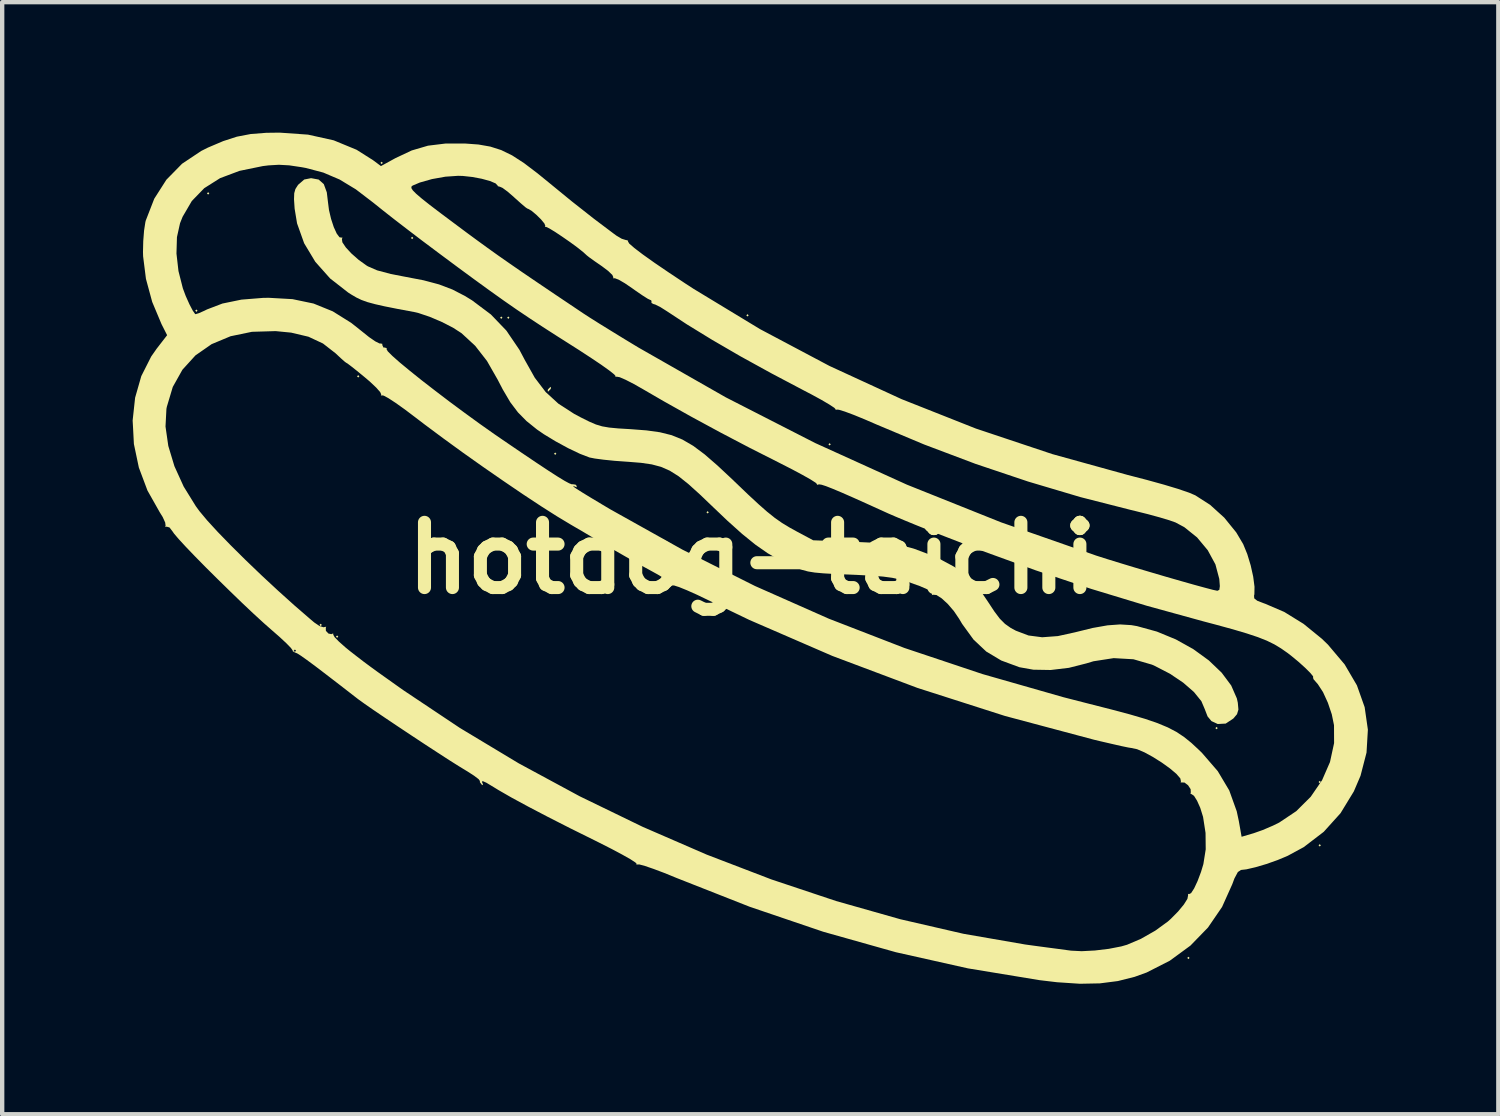
<source format=kicad_pcb>
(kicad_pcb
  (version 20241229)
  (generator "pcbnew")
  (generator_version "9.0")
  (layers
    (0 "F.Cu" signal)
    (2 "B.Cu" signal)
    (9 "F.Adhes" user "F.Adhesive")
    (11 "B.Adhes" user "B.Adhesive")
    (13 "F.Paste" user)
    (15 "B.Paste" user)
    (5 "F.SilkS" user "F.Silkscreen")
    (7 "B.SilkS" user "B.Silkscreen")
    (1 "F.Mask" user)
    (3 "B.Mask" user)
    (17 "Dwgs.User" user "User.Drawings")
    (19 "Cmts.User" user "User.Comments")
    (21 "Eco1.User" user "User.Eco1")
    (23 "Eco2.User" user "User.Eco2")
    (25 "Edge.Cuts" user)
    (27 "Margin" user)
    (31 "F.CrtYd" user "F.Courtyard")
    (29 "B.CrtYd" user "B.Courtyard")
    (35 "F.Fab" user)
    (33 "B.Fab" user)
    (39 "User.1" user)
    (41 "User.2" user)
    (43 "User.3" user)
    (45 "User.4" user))
  (footprint "hotdog-taichi"
    (layer "F.Cu")
    (at 14.247 9.783)
    (property "Reference" "hotdog-taichi" (at 0 0 0) (layer "F.SilkS") (effects (font (size 1.5 1.5) (thickness 0.3))))
    (attr board_only exclude_from_pos_files exclude_from_bom)
    (fp_poly (pts (xy -12.754 -5.689) (xy -12.781 -5.662) (xy -12.808 -5.689) (xy -12.781 -5.716)) (stroke (width 0) (type solid)) (fill yes) (layer "F.SilkS"))
    (fp_poly (pts (xy -12.484 -8.386) (xy -12.511 -8.359) (xy -12.538 -8.386) (xy -12.511 -8.413)) (stroke (width 0) (type solid)) (fill yes) (layer "F.SilkS"))
    (fp_poly (pts (xy -9.896 1.537) (xy -9.923 1.564) (xy -9.95 1.537) (xy -9.923 1.51)) (stroke (width 0) (type solid)) (fill yes) (layer "F.SilkS"))
    (fp_poly (pts (xy -9.518 1.807) (xy -9.545 1.834) (xy -9.572 1.807) (xy -9.545 1.78)) (stroke (width 0) (type solid)) (fill yes) (layer "F.SilkS"))
    (fp_poly (pts (xy -9.033 -4.179) (xy -9.06 -4.152) (xy -9.087 -4.179) (xy -9.06 -4.206)) (stroke (width 0) (type solid)) (fill yes) (layer "F.SilkS"))
    (fp_poly (pts (xy -8.494 -9.087) (xy -8.521 -9.06) (xy -8.548 -9.087) (xy -8.521 -9.114)) (stroke (width 0) (type solid)) (fill yes) (layer "F.SilkS"))
    (fp_poly (pts (xy -7.793 -7.361) (xy -7.82 -7.334) (xy -7.846 -7.361) (xy -7.82 -7.388)) (stroke (width 0) (type solid)) (fill yes) (layer "F.SilkS"))
    (fp_poly (pts (xy -5.743 -5.528) (xy -5.77 -5.501) (xy -5.797 -5.528) (xy -5.77 -5.555)) (stroke (width 0) (type solid)) (fill yes) (layer "F.SilkS"))
    (fp_poly (pts (xy -5.582 -5.528) (xy -5.608 -5.501) (xy -5.635 -5.528) (xy -5.608 -5.555)) (stroke (width 0) (type solid)) (fill yes) (layer "F.SilkS"))
    (fp_poly (pts (xy -4.503 -2.4) (xy -4.53 -2.373) (xy -4.557 -2.4) (xy -4.53 -2.427)) (stroke (width 0) (type solid)) (fill yes) (layer "F.SilkS"))
    (fp_poly (pts (xy -0.998 -1.052) (xy -1.025 -1.025) (xy -1.052 -1.052) (xy -1.025 -1.079)) (stroke (width 0) (type solid)) (fill yes) (layer "F.SilkS"))
    (fp_poly (pts (xy -0.081 -5.582) (xy -0.108 -5.555) (xy -0.135 -5.582) (xy -0.108 -5.608)) (stroke (width 0) (type solid)) (fill yes) (layer "F.SilkS"))
    (fp_poly (pts (xy 1.807 -2.615) (xy 1.78 -2.589) (xy 1.753 -2.615) (xy 1.78 -2.642)) (stroke (width 0) (type solid)) (fill yes) (layer "F.SilkS"))
    (fp_poly (pts (xy 10.058 9.195) (xy 10.031 9.222) (xy 10.004 9.195) (xy 10.031 9.168)) (stroke (width 0) (type solid)) (fill yes) (layer "F.SilkS"))
    (fp_poly (pts (xy 10.705 3.91) (xy 10.678 3.937) (xy 10.651 3.91) (xy 10.678 3.883)) (stroke (width 0) (type solid)) (fill yes) (layer "F.SilkS"))
    (fp_poly (pts (xy 13.077 5.15) (xy 13.051 5.177) (xy 13.024 5.15) (xy 13.051 5.123)) (stroke (width 0) (type solid)) (fill yes) (layer "F.SilkS"))
    (fp_poly (pts (xy 13.077 6.606) (xy 13.051 6.633) (xy 13.024 6.606) (xy 13.051 6.579)) (stroke (width 0) (type solid)) (fill yes) (layer "F.SilkS"))
    (fp_poly (pts (xy -4.628 -3.902) (xy -4.638 -3.883) (xy -4.689 -3.831) (xy -4.698 -3.829) (xy -4.702 -3.864) (xy -4.692 -3.883) (xy -4.641 -3.934) (xy -4.631 -3.937)) (stroke (width 0) (type solid)) (fill yes) (layer "F.SilkS"))
    (fp_poly (pts (xy -9.969 -8.704) (xy -9.851 -8.599) (xy -9.782 -8.41) (xy -9.757 -8.201) (xy -9.732 -8.004) (xy -9.684 -7.8) (xy -9.622 -7.611) (xy -9.554 -7.462) (xy -9.49 -7.377) (xy -9.45 -7.37) (xy -9.42 -7.37) (xy -9.435 -7.338) (xy -9.424 -7.261) (xy -9.344 -7.142) (xy -9.213 -7.001) (xy -9.049 -6.857) (xy -8.872 -6.73) (xy -8.836 -6.708) (xy -8.624 -6.616) (xy -8.309 -6.532) (xy -7.993 -6.471) (xy -7.559 -6.388) (xy -7.202 -6.293) (xy -6.894 -6.176) (xy -6.606 -6.027) (xy -6.441 -5.926) (xy -6.008 -5.601) (xy -5.653 -5.231) (xy -5.354 -4.791) (xy -5.23 -4.557) (xy -4.999 -4.146) (xy -4.749 -3.818) (xy -4.456 -3.55) (xy -4.097 -3.318) (xy -3.94 -3.234) (xy -3.747 -3.138) (xy -3.594 -3.072) (xy -3.451 -3.029) (xy -3.289 -3.001) (xy -3.077 -2.981) (xy -2.794 -2.964) (xy -2.43 -2.936) (xy -2.122 -2.893) (xy -1.853 -2.826) (xy -1.604 -2.725) (xy -1.357 -2.581) (xy -1.094 -2.385) (xy -0.798 -2.128) (xy -0.449 -1.802) (xy -0.404 -1.758) (xy -0.099 -1.466) (xy 0.146 -1.239) (xy 0.347 -1.062) (xy 0.521 -0.923) (xy 0.684 -0.809) (xy 0.853 -0.706) (xy 1.025 -0.611) (xy 1.402 -0.409) (xy 2.373 -0.372) (xy 2.761 -0.354) (xy 3.064 -0.334) (xy 3.301 -0.308) (xy 3.496 -0.274) (xy 3.669 -0.23) (xy 3.721 -0.215) (xy 4.23 -0.024) (xy 4.65 0.203) (xy 4.999 0.48) (xy 5.294 0.816) (xy 5.412 0.99) (xy 5.569 1.228) (xy 5.695 1.395) (xy 5.813 1.513) (xy 5.943 1.605) (xy 6.063 1.67) (xy 6.353 1.78) (xy 6.668 1.821) (xy 7.029 1.794) (xy 7.416 1.709) (xy 7.831 1.607) (xy 8.171 1.547) (xy 8.459 1.526) (xy 8.718 1.542) (xy 8.85 1.565) (xy 9.307 1.691) (xy 9.743 1.871) (xy 10.146 2.096) (xy 10.501 2.354) (xy 10.796 2.636) (xy 11.015 2.93) (xy 11.145 3.227) (xy 11.167 3.326) (xy 11.181 3.484) (xy 11.149 3.59) (xy 11.064 3.69) (xy 10.889 3.806) (xy 10.705 3.816) (xy 10.561 3.749) (xy 10.472 3.642) (xy 10.414 3.492) (xy 10.413 3.488) (xy 10.329 3.291) (xy 10.157 3.079) (xy 9.911 2.865) (xy 9.608 2.661) (xy 9.262 2.482) (xy 9.193 2.451) (xy 8.767 2.327) (xy 8.313 2.301) (xy 7.848 2.373) (xy 7.685 2.422) (xy 7.283 2.524) (xy 6.864 2.574) (xy 6.465 2.567) (xy 6.145 2.51) (xy 5.728 2.356) (xy 5.383 2.15) (xy 5.09 1.875) (xy 4.828 1.514) (xy 4.758 1.396) (xy 4.638 1.219) (xy 4.498 1.056) (xy 4.358 0.927) (xy 4.238 0.85) (xy 4.163 0.843) (xy 4.127 0.853) (xy 4.138 0.836) (xy 4.133 0.788) (xy 4.039 0.724) (xy 3.851 0.643) (xy 3.563 0.54) (xy 3.558 0.539) (xy 3.395 0.491) (xy 3.22 0.454) (xy 3.012 0.426) (xy 2.749 0.405) (xy 2.408 0.387) (xy 2.244 0.38) (xy 1.896 0.366) (xy 1.634 0.351) (xy 1.437 0.333) (xy 1.284 0.308) (xy 1.152 0.273) (xy 1.02 0.225) (xy 0.916 0.182) (xy 0.63 0.048) (xy 0.355 -0.112) (xy 0.074 -0.308) (xy -0.23 -0.554) (xy -0.572 -0.861) (xy -0.887 -1.161) (xy -1.206 -1.466) (xy -1.469 -1.703) (xy -1.692 -1.881) (xy -1.895 -2.009) (xy -2.095 -2.097) (xy -2.309 -2.154) (xy -2.556 -2.19) (xy -2.854 -2.214) (xy -2.885 -2.216) (xy -3.162 -2.236) (xy -3.416 -2.262) (xy -3.619 -2.289) (xy -3.741 -2.313) (xy -3.962 -2.398) (xy -4.234 -2.528) (xy -4.522 -2.685) (xy -4.791 -2.848) (xy -4.948 -2.956) (xy -5.189 -3.15) (xy -5.387 -3.351) (xy -5.563 -3.584) (xy -5.736 -3.878) (xy -5.852 -4.101) (xy -6.099 -4.533) (xy -6.37 -4.881) (xy -6.682 -5.169) (xy -6.683 -5.17) (xy -6.879 -5.297) (xy -7.137 -5.429) (xy -7.416 -5.548) (xy -7.672 -5.634) (xy -7.773 -5.658) (xy -8.158 -5.73) (xy -8.454 -5.789) (xy -8.679 -5.84) (xy -8.851 -5.887) (xy -8.986 -5.936) (xy -9.103 -5.992) (xy -9.219 -6.06) (xy -9.291 -6.106) (xy -9.706 -6.43) (xy -10.046 -6.812) (xy -10.303 -7.239) (xy -10.466 -7.696) (xy -10.522 -8.035) (xy -10.536 -8.25) (xy -10.531 -8.39) (xy -10.504 -8.487) (xy -10.448 -8.574) (xy -10.437 -8.588) (xy -10.301 -8.705) (xy -10.143 -8.736)) (stroke (width 0) (type solid)) (fill yes) (layer "F.SilkS"))
    (fp_poly (pts (xy -10.213 -9.737) (xy -9.623 -9.606) (xy -9.097 -9.389) (xy -8.718 -9.149) (xy -8.537 -9.014) (xy -8.205 -9.196) (xy -7.83 -9.373) (xy -7.455 -9.483) (xy -7.046 -9.533) (xy -6.607 -9.533) (xy -6.294 -9.51) (xy -6.022 -9.462) (xy -5.771 -9.382) (xy -5.521 -9.26) (xy -5.25 -9.085) (xy -4.939 -8.849) (xy -4.692 -8.648) (xy -4.152 -8.206) (xy -3.645 -7.807) (xy -3.191 -7.465) (xy -3.123 -7.415) (xy -3.001 -7.343) (xy -2.908 -7.314) (xy -2.903 -7.315) (xy -2.853 -7.299) (xy -2.857 -7.282) (xy -2.827 -7.231) (xy -2.71 -7.13) (xy -2.516 -6.982) (xy -2.249 -6.792) (xy -1.917 -6.566) (xy -1.527 -6.307) (xy -1.348 -6.191) (xy 0.18 -5.265) (xy 1.777 -4.418) (xy 3.434 -3.655) (xy 5.144 -2.978) (xy 6.901 -2.391) (xy 8.628 -1.913) (xy 9.072 -1.798) (xy 9.466 -1.689) (xy 9.795 -1.59) (xy 10.046 -1.504) (xy 10.189 -1.443) (xy 10.53 -1.224) (xy 10.855 -0.93) (xy 11.131 -0.59) (xy 11.291 -0.32) (xy 11.384 -0.093) (xy 11.463 0.167) (xy 11.521 0.428) (xy 11.551 0.66) (xy 11.548 0.833) (xy 11.54 0.865) (xy 11.545 0.927) (xy 11.615 0.982) (xy 11.771 1.042) (xy 11.795 1.05) (xy 12.235 1.239) (xy 12.679 1.513) (xy 13.1 1.856) (xy 13.239 1.99) (xy 13.624 2.446) (xy 13.906 2.927) (xy 14.084 3.429) (xy 14.158 3.946) (xy 14.127 4.473) (xy 13.989 5.006) (xy 13.835 5.366) (xy 13.529 5.867) (xy 13.143 6.295) (xy 12.683 6.647) (xy 12.314 6.847) (xy 12.083 6.944) (xy 11.826 7.035) (xy 11.575 7.109) (xy 11.363 7.158) (xy 11.24 7.172) (xy 11.168 7.22) (xy 11.089 7.368) (xy 11.039 7.502) (xy 10.805 8.023) (xy 10.481 8.496) (xy 10.077 8.912) (xy 9.603 9.259) (xy 9.071 9.53) (xy 8.794 9.63) (xy 8.408 9.727) (xy 7.995 9.78) (xy 7.536 9.789) (xy 7.01 9.754) (xy 6.606 9.706) (xy 4.961 9.435) (xy 3.305 9.064) (xy 1.634 8.593) (xy -0.056 8.019) (xy -1.742 7.355) (xy -2.021 7.241) (xy -2.268 7.148) (xy -2.464 7.081) (xy -2.592 7.046) (xy -2.632 7.045) (xy -2.666 7.053) (xy -2.654 7.035) (xy -2.687 6.999) (xy -2.804 6.923) (xy -2.992 6.817) (xy -3.236 6.687) (xy -3.524 6.541) (xy -3.624 6.491) (xy -4.187 6.212) (xy -4.7 5.951) (xy -5.153 5.714) (xy -5.535 5.507) (xy -5.834 5.335) (xy -5.945 5.267) (xy -6.111 5.167) (xy -6.198 5.128) (xy -6.215 5.148) (xy -6.197 5.185) (xy -6.19 5.222) (xy -6.221 5.209) (xy -6.264 5.15) (xy -6.259 5.129) (xy -6.29 5.085) (xy -6.395 5.005) (xy -6.553 4.903) (xy -6.595 4.878) (xy -6.744 4.787) (xy -6.96 4.651) (xy -7.226 4.479) (xy -7.525 4.284) (xy -7.84 4.076) (xy -8.153 3.868) (xy -8.448 3.67) (xy -8.708 3.494) (xy -8.915 3.35) (xy -9.053 3.251) (xy -9.074 3.235) (xy -9.475 2.924) (xy -9.799 2.675) (xy -10.052 2.482) (xy -10.243 2.341) (xy -10.377 2.246) (xy -10.463 2.192) (xy -10.507 2.174) (xy -10.511 2.174) (xy -10.564 2.143) (xy -10.566 2.13) (xy -10.543 2.13) (xy -10.516 2.157) (xy -10.489 2.13) (xy -10.516 2.103) (xy -10.543 2.13) (xy -10.566 2.13) (xy -10.567 2.124) (xy -10.607 2.067) (xy -10.713 1.958) (xy -10.869 1.813) (xy -11.028 1.674) (xy -11.228 1.498) (xy -11.467 1.279) (xy -11.732 1.029) (xy -12.01 0.76) (xy -12.291 0.485) (xy -12.562 0.216) (xy -12.81 -0.036) (xy -13.023 -0.258) (xy -13.189 -0.438) (xy -13.296 -0.564) (xy -13.326 -0.608) (xy -13.399 -0.704) (xy -13.464 -0.722) (xy -13.466 -0.721) (xy -13.5 -0.718) (xy -13.489 -0.743) (xy -13.498 -0.816) (xy -13.556 -0.944) (xy -13.623 -1.052) (xy -13.906 -1.553) (xy -14.104 -2.081) (xy -14.218 -2.623) (xy -14.239 -3.025) (xy -13.491 -3.025) (xy -13.427 -2.579) (xy -13.286 -2.112) (xy -13.073 -1.644) (xy -12.794 -1.193) (xy -12.71 -1.078) (xy -12.534 -0.867) (xy -12.29 -0.601) (xy -11.991 -0.293) (xy -11.651 0.044) (xy -11.284 0.396) (xy -10.905 0.748) (xy -10.526 1.089) (xy -10.163 1.403) (xy -10.072 1.48) (xy -9.948 1.564) (xy -9.853 1.592) (xy -9.835 1.586) (xy -9.796 1.579) (xy -9.806 1.603) (xy -9.803 1.674) (xy -9.744 1.736) (xy -9.674 1.75) (xy -9.657 1.739) (xy -9.631 1.738) (xy -9.635 1.76) (xy -9.603 1.818) (xy -9.502 1.922) (xy -9.351 2.056) (xy -9.249 2.139) (xy -9.083 2.268) (xy -8.935 2.382) (xy -8.784 2.494) (xy -8.611 2.62) (xy -8.396 2.773) (xy -8.119 2.97) (xy -8.008 3.048) (xy -6.721 3.907) (xy -5.369 4.72) (xy -3.964 5.479) (xy -2.519 6.18) (xy -1.047 6.819) (xy 0.44 7.389) (xy 1.928 7.886) (xy 3.406 8.305) (xy 4.859 8.64) (xy 6.277 8.886) (xy 6.525 8.92) (xy 6.794 8.956) (xy 7.038 8.988) (xy 7.229 9.014) (xy 7.334 9.028) (xy 7.579 9.04) (xy 7.882 9.024) (xy 8.2 8.986) (xy 8.488 8.93) (xy 8.62 8.892) (xy 8.939 8.756) (xy 9.269 8.568) (xy 9.558 8.358) (xy 9.627 8.296) (xy 9.794 8.127) (xy 9.926 7.967) (xy 10.008 7.837) (xy 10.024 7.756) (xy 10.023 7.753) (xy 10.021 7.72) (xy 10.043 7.73) (xy 10.093 7.704) (xy 10.163 7.596) (xy 10.242 7.427) (xy 10.321 7.217) (xy 10.375 7.038) (xy 10.429 6.699) (xy 10.425 6.32) (xy 10.368 5.952) (xy 10.303 5.743) (xy 10.23 5.58) (xy 10.16 5.468) (xy 10.113 5.435) (xy 10.076 5.415) (xy 10.086 5.391) (xy 10.082 5.314) (xy 10.023 5.224) (xy 9.941 5.162) (xy 9.88 5.16) (xy 9.85 5.159) (xy 9.86 5.137) (xy 9.845 5.067) (xy 9.754 4.962) (xy 9.606 4.837) (xy 9.421 4.704) (xy 9.22 4.577) (xy 9.023 4.469) (xy 8.85 4.395) (xy 8.721 4.368) (xy 8.647 4.356) (xy 8.488 4.323) (xy 8.265 4.272) (xy 7.997 4.21) (xy 7.859 4.177) (xy 5.81 3.63) (xy 3.803 2.987) (xy 1.842 2.25) (xy -0.067 1.422) (xy -1.002 0.972) (xy -1.266 0.845) (xy -1.499 0.741) (xy -1.681 0.667) (xy -1.797 0.63) (xy -1.826 0.629) (xy -1.858 0.636) (xy -1.846 0.619) (xy -1.873 0.577) (xy -1.979 0.498) (xy -2.144 0.394) (xy -2.304 0.305) (xy -2.553 0.169) (xy -2.854 -0.001) (xy -3.171 -0.182) (xy -3.451 -0.346) (xy -3.695 -0.489) (xy -3.91 -0.617) (xy -4.079 -0.715) (xy -4.18 -0.774) (xy -4.193 -0.782) (xy -4.489 -0.96) (xy -4.854 -1.192) (xy -5.271 -1.467) (xy -5.721 -1.773) (xy -6.189 -2.097) (xy -6.658 -2.429) (xy -7.109 -2.757) (xy -7.527 -3.068) (xy -7.751 -3.239) (xy -7.988 -3.418) (xy -8.197 -3.567) (xy -8.364 -3.676) (xy -8.473 -3.735) (xy -8.505 -3.741) (xy -8.539 -3.738) (xy -8.53 -3.76) (xy -8.554 -3.816) (xy -8.647 -3.921) (xy -8.792 -4.058) (xy -8.911 -4.159) (xy -9.085 -4.302) (xy -9.224 -4.412) (xy -9.309 -4.476) (xy -9.328 -4.486) (xy -9.364 -4.511) (xy -9.457 -4.593) (xy -9.581 -4.709) (xy -9.87 -4.934) (xy -10.204 -5.09) (xy -10.602 -5.184) (xy -10.959 -5.219) (xy -11.503 -5.203) (xy -11.995 -5.101) (xy -12.431 -4.919) (xy -12.802 -4.661) (xy -13.102 -4.331) (xy -13.324 -3.935) (xy -13.461 -3.477) (xy -13.47 -3.431) (xy -13.491 -3.025) (xy -14.239 -3.025) (xy -14.247 -3.163) (xy -14.19 -3.688) (xy -14.048 -4.184) (xy -13.82 -4.635) (xy -13.695 -4.814) (xy -13.454 -5.125) (xy -13.583 -5.38) (xy -13.797 -5.89) (xy -13.941 -6.421) (xy -14.006 -6.938) (xy -14.008 -7.002) (xy -13.239 -7.002) (xy -13.193 -6.6) (xy -13.092 -6.202) (xy -13.026 -6.026) (xy -12.941 -5.836) (xy -12.865 -5.691) (xy -12.812 -5.615) (xy -12.801 -5.608) (xy -12.725 -5.631) (xy -12.594 -5.689) (xy -12.538 -5.717) (xy -12.182 -5.853) (xy -11.745 -5.943) (xy -11.248 -5.983) (xy -11.117 -5.985) (xy -10.57 -5.954) (xy -10.087 -5.853) (xy -9.646 -5.674) (xy -9.22 -5.408) (xy -8.982 -5.219) (xy -8.811 -5.082) (xy -8.667 -4.983) (xy -8.571 -4.935) (xy -8.548 -4.934) (xy -8.506 -4.927) (xy -8.506 -4.898) (xy -8.48 -4.842) (xy -8.449 -4.841) (xy -8.403 -4.827) (xy -8.409 -4.805) (xy -8.38 -4.754) (xy -8.274 -4.648) (xy -8.102 -4.496) (xy -7.873 -4.307) (xy -7.6 -4.088) (xy -7.291 -3.849) (xy -6.959 -3.596) (xy -6.613 -3.34) (xy -6.265 -3.087) (xy -5.925 -2.847) (xy -5.743 -2.722) (xy -5.31 -2.427) (xy -4.958 -2.19) (xy -4.68 -2.006) (xy -4.467 -1.869) (xy -4.312 -1.775) (xy -4.208 -1.719) (xy -4.148 -1.696) (xy -4.127 -1.698) (xy -4.061 -1.688) (xy -4.04 -1.664) (xy -4.033 -1.627) (xy -4.077 -1.644) (xy -4.121 -1.662) (xy -4.099 -1.634) (xy -4.036 -1.59) (xy -3.897 -1.502) (xy -3.697 -1.38) (xy -3.455 -1.235) (xy -3.263 -1.121) (xy -1.604 -0.194) (xy 0.066 0.643) (xy 1.762 1.394) (xy 3.5 2.067) (xy 5.294 2.667) (xy 7.158 3.2) (xy 7.739 3.349) (xy 8.258 3.481) (xy 8.686 3.595) (xy 9.036 3.698) (xy 9.322 3.796) (xy 9.557 3.894) (xy 9.756 3.998) (xy 9.932 4.115) (xy 10.099 4.25) (xy 10.271 4.41) (xy 10.342 4.479) (xy 10.706 4.9) (xy 10.97 5.343) (xy 11.142 5.822) (xy 11.191 6.051) (xy 11.254 6.409) (xy 11.532 6.327) (xy 11.739 6.254) (xy 11.975 6.153) (xy 12.119 6.082) (xy 12.511 5.82) (xy 12.843 5.49) (xy 13.105 5.108) (xy 13.287 4.69) (xy 13.381 4.255) (xy 13.379 3.843) (xy 13.328 3.593) (xy 13.238 3.327) (xy 13.126 3.082) (xy 13.006 2.898) (xy 12.975 2.863) (xy 12.907 2.785) (xy 12.898 2.75) (xy 12.899 2.75) (xy 12.898 2.719) (xy 12.83 2.637) (xy 12.712 2.52) (xy 12.561 2.384) (xy 12.395 2.247) (xy 12.315 2.185) (xy 12.162 2.078) (xy 12.008 1.985) (xy 11.835 1.9) (xy 11.628 1.818) (xy 11.372 1.733) (xy 11.052 1.638) (xy 10.65 1.528) (xy 10.381 1.457) (xy 9.074 1.097) (xy 7.796 0.709) (xy 6.519 0.282) (xy 5.211 -0.194) (xy 4.047 -0.646) (xy 3.773 -0.756) (xy 3.515 -0.862) (xy 3.298 -0.953) (xy 3.152 -1.016) (xy 3.142 -1.02) (xy 2.695 -1.223) (xy 2.337 -1.384) (xy 2.057 -1.507) (xy 1.847 -1.595) (xy 1.697 -1.654) (xy 1.597 -1.686) (xy 1.539 -1.695) (xy 1.519 -1.691) (xy 1.484 -1.681) (xy 1.494 -1.697) (xy 1.46 -1.732) (xy 1.343 -1.807) (xy 1.157 -1.912) (xy 0.916 -2.041) (xy 0.634 -2.185) (xy 0.605 -2.2) (xy -0.057 -2.535) (xy -0.738 -2.892) (xy -1.406 -3.254) (xy -2.032 -3.605) (xy -2.499 -3.876) (xy -2.72 -4.002) (xy -2.909 -4.099) (xy -3.047 -4.159) (xy -3.114 -4.171) (xy -3.114 -4.171) (xy -3.149 -4.167) (xy -3.141 -4.185) (xy -3.176 -4.226) (xy -3.29 -4.316) (xy -3.469 -4.444) (xy -3.703 -4.601) (xy -3.977 -4.78) (xy -4.09 -4.852) (xy -4.476 -5.097) (xy -4.814 -5.314) (xy -5.121 -5.516) (xy -5.414 -5.713) (xy -5.709 -5.918) (xy -6.022 -6.141) (xy -6.371 -6.394) (xy -6.771 -6.688) (xy -7.239 -7.036) (xy -7.28 -7.067) (xy -7.598 -7.305) (xy -7.919 -7.55) (xy -8.222 -7.783) (xy -8.486 -7.99) (xy -8.688 -8.152) (xy -8.718 -8.176) (xy -9.116 -8.48) (xy -9.161 -8.507) (xy -7.837 -8.507) (xy -7.804 -8.455) (xy -7.728 -8.378) (xy -7.601 -8.269) (xy -7.417 -8.123) (xy -7.166 -7.932) (xy -6.841 -7.689) (xy -6.558 -7.478) (xy -6.32 -7.303) (xy -6.086 -7.133) (xy -5.844 -6.96) (xy -5.579 -6.775) (xy -5.281 -6.569) (xy -4.935 -6.334) (xy -4.528 -6.059) (xy -4.048 -5.737) (xy -3.889 -5.63) (xy -3.738 -5.532) (xy -3.516 -5.392) (xy -3.242 -5.223) (xy -2.939 -5.037) (xy -2.627 -4.848) (xy -2.615 -4.841) (xy -0.607 -3.696) (xy 1.449 -2.645) (xy 3.558 -1.688) (xy 5.722 -0.822) (xy 7.91 -0.057) (xy 8.171 0.026) (xy 8.48 0.121) (xy 8.82 0.224) (xy 9.174 0.329) (xy 9.527 0.433) (xy 9.862 0.529) (xy 10.162 0.614) (xy 10.411 0.682) (xy 10.593 0.73) (xy 10.691 0.751) (xy 10.699 0.752) (xy 10.742 0.73) (xy 10.754 0.645) (xy 10.741 0.48) (xy 10.652 0.145) (xy 10.475 -0.181) (xy 10.23 -0.475) (xy 9.936 -0.711) (xy 9.734 -0.819) (xy 9.593 -0.869) (xy 9.373 -0.935) (xy 9.102 -1.009) (xy 8.805 -1.083) (xy 8.709 -1.106) (xy 7.548 -1.402) (xy 6.344 -1.76) (xy 5.133 -2.167) (xy 3.951 -2.613) (xy 2.863 -3.07) (xy 2.581 -3.192) (xy 2.331 -3.294) (xy 2.13 -3.369) (xy 1.996 -3.41) (xy 1.949 -3.415) (xy 1.913 -3.405) (xy 1.922 -3.419) (xy 1.889 -3.455) (xy 1.774 -3.531) (xy 1.594 -3.637) (xy 1.363 -3.763) (xy 1.194 -3.851) (xy 0.44 -4.249) (xy -0.27 -4.64) (xy -0.921 -5.018) (xy -1.5 -5.373) (xy -1.964 -5.678) (xy -2.111 -5.771) (xy -2.229 -5.83) (xy -2.272 -5.842) (xy -2.319 -5.868) (xy -2.313 -5.887) (xy -2.323 -5.93) (xy -2.336 -5.932) (xy -2.4 -5.962) (xy -2.526 -6.042) (xy -2.692 -6.156) (xy -2.752 -6.199) (xy -2.926 -6.318) (xy -3.069 -6.401) (xy -3.158 -6.435) (xy -3.172 -6.434) (xy -3.201 -6.435) (xy -3.192 -6.455) (xy -3.216 -6.51) (xy -3.311 -6.602) (xy -3.458 -6.713) (xy -3.467 -6.719) (xy -3.625 -6.828) (xy -3.745 -6.914) (xy -3.802 -6.959) (xy -3.802 -6.959) (xy -3.885 -7.035) (xy -4.021 -7.143) (xy -4.19 -7.267) (xy -4.369 -7.391) (xy -4.534 -7.501) (xy -4.666 -7.581) (xy -4.74 -7.616) (xy -4.748 -7.615) (xy -4.767 -7.614) (xy -4.756 -7.637) (xy -4.778 -7.693) (xy -4.857 -7.789) (xy -4.965 -7.895) (xy -5.074 -7.986) (xy -5.156 -8.033) (xy -5.168 -8.035) (xy -5.217 -8.069) (xy -5.322 -8.159) (xy -5.463 -8.285) (xy -5.48 -8.301) (xy -5.625 -8.427) (xy -5.741 -8.512) (xy -5.806 -8.541) (xy -5.809 -8.54) (xy -5.85 -8.552) (xy -5.851 -8.563) (xy -5.901 -8.616) (xy -6.032 -8.671) (xy -6.218 -8.722) (xy -6.434 -8.763) (xy -6.654 -8.787) (xy -6.764 -8.79) (xy -7.055 -8.77) (xy -7.363 -8.715) (xy -7.642 -8.636) (xy -7.808 -8.566) (xy -7.836 -8.542) (xy -7.837 -8.507) (xy -9.161 -8.507) (xy -9.488 -8.705) (xy -9.861 -8.864) (xy -10.262 -8.97) (xy -10.359 -8.988) (xy -10.648 -9.031) (xy -10.885 -9.044) (xy -11.122 -9.03) (xy -11.253 -9.014) (xy -11.789 -8.904) (xy -12.236 -8.736) (xy -12.6 -8.506) (xy -12.886 -8.211) (xy -13.098 -7.848) (xy -13.157 -7.7) (xy -13.228 -7.38) (xy -13.239 -7.002) (xy -14.008 -7.002) (xy -14.009 -7.038) (xy -14.003 -7.29) (xy -13.984 -7.531) (xy -13.955 -7.72) (xy -13.946 -7.759) (xy -13.75 -8.263) (xy -13.471 -8.7) (xy -13.11 -9.068) (xy -12.671 -9.361) (xy -12.518 -9.438) (xy -12.165 -9.588) (xy -11.85 -9.69) (xy -11.532 -9.751) (xy -11.174 -9.779) (xy -10.866 -9.783)) (stroke (width 0) (type solid)) (fill yes) (layer "F.SilkS")))
  (gr_rect
    (start -3 -3)
    (end 31.405 22.572)
    (stroke (width 0.1) (type default))
    (fill no)
    (layer "Edge.Cuts")))
</source>
